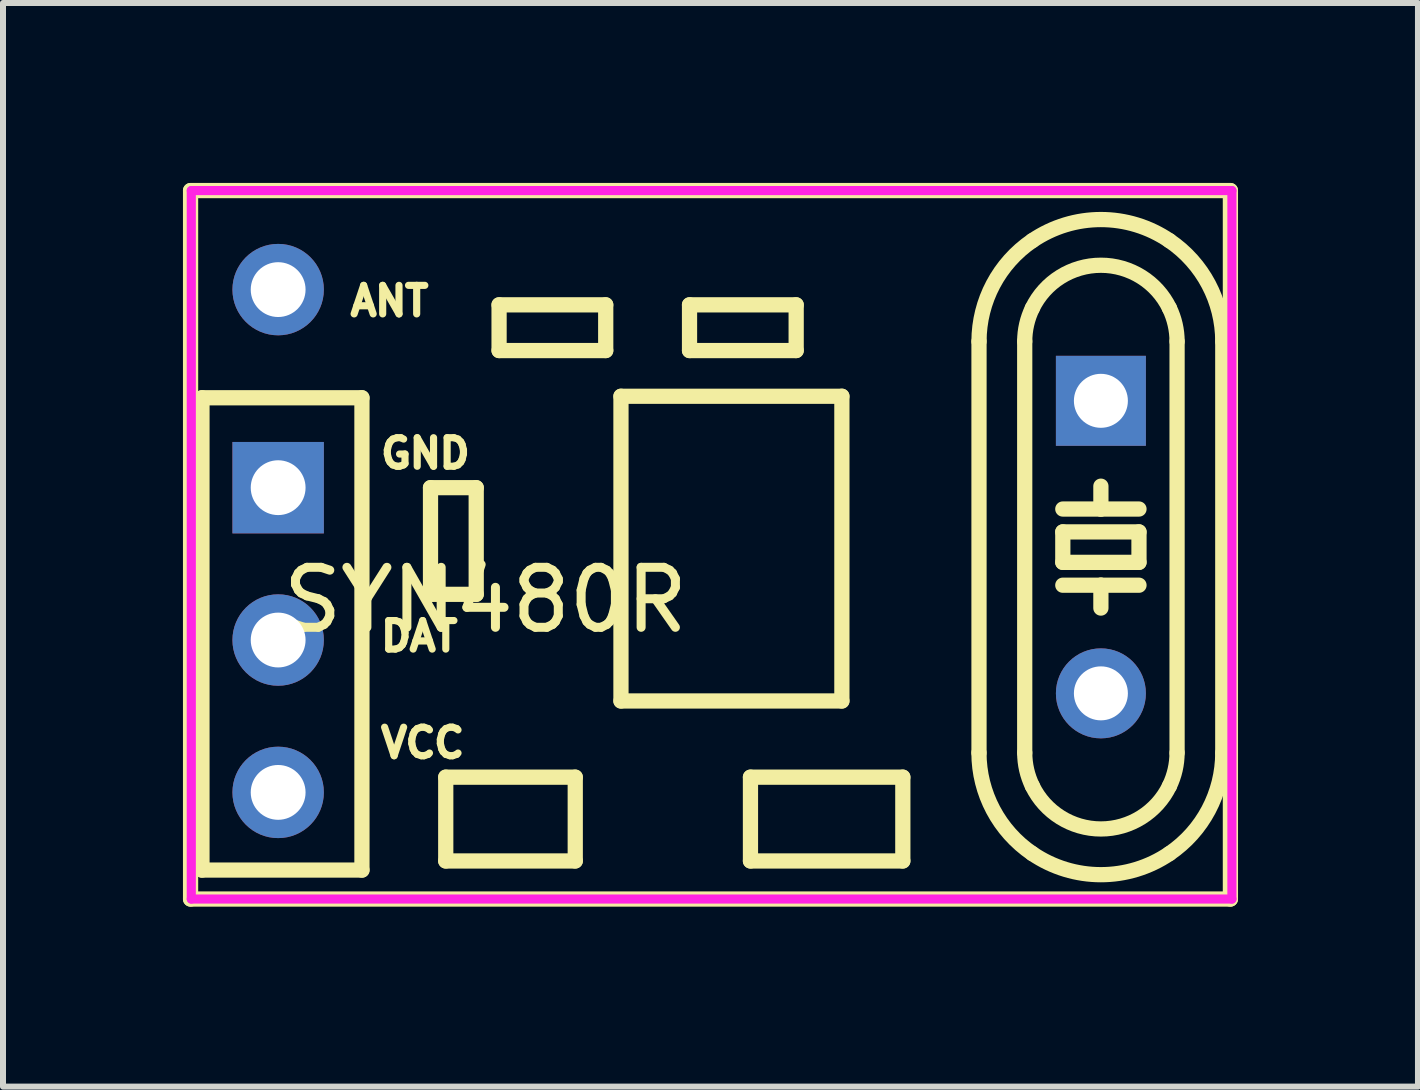
<source format=kicad_pcb>
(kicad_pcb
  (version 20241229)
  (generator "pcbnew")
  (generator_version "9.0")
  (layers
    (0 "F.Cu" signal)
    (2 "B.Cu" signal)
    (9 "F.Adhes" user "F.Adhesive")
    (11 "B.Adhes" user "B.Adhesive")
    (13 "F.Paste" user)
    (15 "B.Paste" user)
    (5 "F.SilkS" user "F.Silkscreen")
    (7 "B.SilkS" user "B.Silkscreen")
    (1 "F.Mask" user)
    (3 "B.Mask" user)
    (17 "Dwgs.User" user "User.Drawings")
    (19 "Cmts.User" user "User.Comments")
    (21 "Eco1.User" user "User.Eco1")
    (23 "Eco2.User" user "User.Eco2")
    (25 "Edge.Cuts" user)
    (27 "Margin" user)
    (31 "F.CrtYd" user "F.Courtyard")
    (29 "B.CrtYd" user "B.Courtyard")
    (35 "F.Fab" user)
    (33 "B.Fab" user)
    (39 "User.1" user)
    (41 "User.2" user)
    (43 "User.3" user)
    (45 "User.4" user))
  (footprint "SYN480R"
    (layer "F.Cu")
    (at 1.587 10.16)
    (property "Reference" "SYN480R" (at 0 -3.207 0) (layer "F.SilkS") (effects (font (size 1 1) (thickness 0.15)) (justify left)))
    (attr through_hole)
    (fp_line (start -1.46 -10.033) (end 15.875 -10.033) (stroke (width 0.254) (type solid)) (layer "F.SilkS"))
    (fp_line (start -1.46 1.778) (end -1.46 -10.033) (stroke (width 0.254) (type solid)) (layer "F.SilkS"))
    (fp_line (start -1.27 -6.579) (end 1.397 -6.579) (stroke (width 0.254) (type solid)) (layer "F.SilkS"))
    (fp_line (start -1.27 1.295) (end -1.27 -6.579) (stroke (width 0.254) (type solid)) (layer "F.SilkS"))
    (fp_line (start 1.397 -6.579) (end 1.397 1.295) (stroke (width 0.254) (type solid)) (layer "F.SilkS"))
    (fp_line (start 1.397 1.295) (end -1.27 1.295) (stroke (width 0.254) (type solid)) (layer "F.SilkS"))
    (fp_line (start 2.54 -5.08) (end 3.302 -5.08) (stroke (width 0.254) (type solid)) (layer "F.SilkS"))
    (fp_line (start 2.54 -3.302) (end 2.54 -5.08) (stroke (width 0.254) (type solid)) (layer "F.SilkS"))
    (fp_line (start 2.794 -0.254) (end 4.953 -0.254) (stroke (width 0.254) (type solid)) (layer "F.SilkS"))
    (fp_line (start 2.794 1.143) (end 2.794 -0.254) (stroke (width 0.254) (type solid)) (layer "F.SilkS"))
    (fp_line (start 3.302 -5.08) (end 3.302 -3.302) (stroke (width 0.254) (type solid)) (layer "F.SilkS"))
    (fp_line (start 3.302 -3.302) (end 2.54 -3.302) (stroke (width 0.254) (type solid)) (layer "F.SilkS"))
    (fp_line (start 3.683 -8.128) (end 5.461 -8.128) (stroke (width 0.254) (type solid)) (layer "F.SilkS"))
    (fp_line (start 3.683 -7.366) (end 3.683 -8.128) (stroke (width 0.254) (type solid)) (layer "F.SilkS"))
    (fp_line (start 4.953 -0.254) (end 4.953 1.143) (stroke (width 0.254) (type solid)) (layer "F.SilkS"))
    (fp_line (start 4.953 1.143) (end 2.794 1.143) (stroke (width 0.254) (type solid)) (layer "F.SilkS"))
    (fp_line (start 5.461 -8.128) (end 5.461 -7.366) (stroke (width 0.254) (type solid)) (layer "F.SilkS"))
    (fp_line (start 5.461 -7.366) (end 3.683 -7.366) (stroke (width 0.254) (type solid)) (layer "F.SilkS"))
    (fp_line (start 5.715 -6.604) (end 9.398 -6.604) (stroke (width 0.254) (type solid)) (layer "F.SilkS"))
    (fp_line (start 5.715 -1.524) (end 5.715 -6.604) (stroke (width 0.254) (type solid)) (layer "F.SilkS"))
    (fp_line (start 6.858 -8.128) (end 8.636 -8.128) (stroke (width 0.254) (type solid)) (layer "F.SilkS"))
    (fp_line (start 6.858 -7.366) (end 6.858 -8.128) (stroke (width 0.254) (type solid)) (layer "F.SilkS"))
    (fp_line (start 7.874 -0.254) (end 10.414 -0.254) (stroke (width 0.254) (type solid)) (layer "F.SilkS"))
    (fp_line (start 7.874 1.143) (end 7.874 -0.254) (stroke (width 0.254) (type solid)) (layer "F.SilkS"))
    (fp_line (start 8.636 -8.128) (end 8.636 -7.366) (stroke (width 0.254) (type solid)) (layer "F.SilkS"))
    (fp_line (start 8.636 -7.366) (end 6.858 -7.366) (stroke (width 0.254) (type solid)) (layer "F.SilkS"))
    (fp_line (start 9.398 -6.604) (end 9.398 -1.524) (stroke (width 0.254) (type solid)) (layer "F.SilkS"))
    (fp_line (start 9.398 -1.524) (end 5.715 -1.524) (stroke (width 0.254) (type solid)) (layer "F.SilkS"))
    (fp_line (start 10.414 -0.254) (end 10.414 1.143) (stroke (width 0.254) (type solid)) (layer "F.SilkS"))
    (fp_line (start 10.414 1.143) (end 7.874 1.143) (stroke (width 0.254) (type solid)) (layer "F.SilkS"))
    (fp_line (start 11.684 -0.66) (end 11.684 -7.518) (stroke (width 0.254) (type solid)) (layer "F.SilkS"))
    (fp_line (start 12.446 -0.66) (end 12.446 -7.518) (stroke (width 0.254) (type solid)) (layer "F.SilkS"))
    (fp_line (start 13.081 -4.343) (end 13.081 -3.835) (stroke (width 0.254) (type solid)) (layer "F.SilkS"))
    (fp_line (start 13.081 -3.835) (end 14.351 -3.835) (stroke (width 0.254) (type solid)) (layer "F.SilkS"))
    (fp_line (start 13.716 -4.724) (end 13.081 -4.724) (stroke (width 0.254) (type solid)) (layer "F.SilkS"))
    (fp_line (start 13.716 -4.724) (end 13.716 -5.105) (stroke (width 0.254) (type solid)) (layer "F.SilkS"))
    (fp_line (start 13.716 -3.454) (end 13.081 -3.454) (stroke (width 0.254) (type solid)) (layer "F.SilkS"))
    (fp_line (start 13.716 -3.454) (end 13.716 -3.073) (stroke (width 0.254) (type solid)) (layer "F.SilkS"))
    (fp_line (start 14.351 -4.724) (end 13.716 -4.724) (stroke (width 0.254) (type solid)) (layer "F.SilkS"))
    (fp_line (start 14.351 -4.343) (end 13.081 -4.343) (stroke (width 0.254) (type solid)) (layer "F.SilkS"))
    (fp_line (start 14.351 -3.835) (end 14.351 -4.343) (stroke (width 0.254) (type solid)) (layer "F.SilkS"))
    (fp_line (start 14.351 -3.454) (end 13.716 -3.454) (stroke (width 0.254) (type solid)) (layer "F.SilkS"))
    (fp_line (start 14.986 -7.518) (end 14.986 -0.66) (stroke (width 0.254) (type solid)) (layer "F.SilkS"))
    (fp_line (start 15.748 -7.518) (end 15.748 -0.66) (stroke (width 0.254) (type solid)) (layer "F.SilkS"))
    (fp_line (start 15.875 -10.033) (end 15.875 1.778) (stroke (width 0.254) (type solid)) (layer "F.SilkS"))
    (fp_line (start 15.875 1.778) (end -1.46 1.778) (stroke (width 0.254) (type solid)) (layer "F.SilkS"))
    (fp_arc (start 11.684 -7.518) (mid 11.919956 -8.468395) (end 12.573026 -9.198069) (stroke (width 0.254) (type solid)) (layer "F.SilkS"))
    (fp_arc (start 12.446 -7.518) (mid 12.478159 -7.801987) (end 12.573006 -8.071592) (stroke (width 0.254) (type solid)) (layer "F.SilkS"))
    (fp_arc (start 12.572671 -8.07132) (mid 13.715622 -8.788183) (end 14.859 -8.072) (stroke (width 0.254) (type solid)) (layer "F.SilkS"))
    (fp_arc (start 12.573 -0.107) (mid 12.478285 -0.376591) (end 12.446253 -0.660535) (stroke (width 0.254) (type solid)) (layer "F.SilkS"))
    (fp_arc (start 12.573 1.02) (mid 11.919509 0.290226) (end 11.683216 -0.66045) (stroke (width 0.254) (type solid)) (layer "F.SilkS"))
    (fp_arc (start 12.573048 -9.198033) (mid 13.716029 -9.549957) (end 14.859 -9.198) (stroke (width 0.254) (type solid)) (layer "F.SilkS"))
    (fp_arc (start 14.85893 -9.1981) (mid 15.512032 -8.468419) (end 15.748 -7.518) (stroke (width 0.254) (type solid)) (layer "F.SilkS"))
    (fp_arc (start 14.858994 -8.071592) (mid 14.953841 -7.801987) (end 14.986 -7.518) (stroke (width 0.254) (type solid)) (layer "F.SilkS"))
    (fp_arc (start 14.859 -0.107) (mid 13.716522 0.609747) (end 12.573455 -0.10606) (stroke (width 0.254) (type solid)) (layer "F.SilkS"))
    (fp_arc (start 14.859 1.02) (mid 13.716029 1.371957) (end 12.573048 1.020033) (stroke (width 0.254) (type solid)) (layer "F.SilkS"))
    (fp_arc (start 14.985747 -0.660535) (mid 14.953714 -0.376591) (end 14.859 -0.107) (stroke (width 0.254) (type solid)) (layer "F.SilkS"))
    (fp_arc (start 15.747957 -0.66006) (mid 15.512034 0.290321) (end 14.859 1.02) (stroke (width 0.254) (type solid)) (layer "F.SilkS"))
    (fp_line (start -1.448 -10.033) (end 15.9 -10.033) (stroke (width 0.152) (type solid)) (layer "F.CrtYd"))
    (fp_line (start -1.448 1.778) (end -1.448 -10.033) (stroke (width 0.152) (type solid)) (layer "F.CrtYd"))
    (fp_line (start 15.9 -10.033) (end 15.9 1.778) (stroke (width 0.152) (type solid)) (layer "F.CrtYd"))
    (fp_line (start 15.9 1.778) (end -1.448 1.778) (stroke (width 0.152) (type solid)) (layer "F.CrtYd"))
    (fp_text user "VCC" (at 1.651 -0.825 0) (layer "F.SilkS") (effects (font (size 0.476 0.476) (thickness 0.127)) (justify left)))
    (fp_text user "ANT" (at 1.143 -8.191 0) (layer "F.SilkS") (effects (font (size 0.476 0.476) (thickness 0.127)) (justify left)))
    (fp_text user "DAT" (at 1.651 -2.603 0) (layer "F.SilkS") (effects (font (size 0.476 0.476) (thickness 0.127)) (justify left)))
    (fp_text user "GND" (at 1.651 -5.651 0) (layer "F.SilkS") (effects (font (size 0.476 0.476) (thickness 0.127)) (justify left)))
    (pad "1" thru_hole circle (at 0 -8.382 270) (size 1.524 1.524) (drill 0.914) (layers "*.Cu" "*.Mask"))
    (pad "2" thru_hole rect (at 0 -5.08 270) (size 1.524 1.524) (drill 0.914) (layers "*.Cu" "*.Mask"))
    (pad "3" thru_hole circle (at 0 -2.54 270) (size 1.524 1.524) (drill 0.914) (layers "*.Cu" "*.Mask"))
    (pad "4" thru_hole circle (at 0 0 270) (size 1.524 1.524) (drill 0.914) (layers "*.Cu" "*.Mask"))
    (pad "5" thru_hole circle (at 13.716 -1.651 270) (size 1.5 1.5) (drill 0.9) (layers "*.Cu" "*.Mask"))
    (pad "6" thru_hole rect (at 13.716 -6.528 270) (size 1.5 1.5) (drill 0.9) (layers "*.Cu" "*.Mask")))
  (gr_rect
    (start -3 -3)
    (end 20.589 15.065)
    (stroke (width 0.1) (type default))
    (fill no)
    (layer "Edge.Cuts")))
</source>
